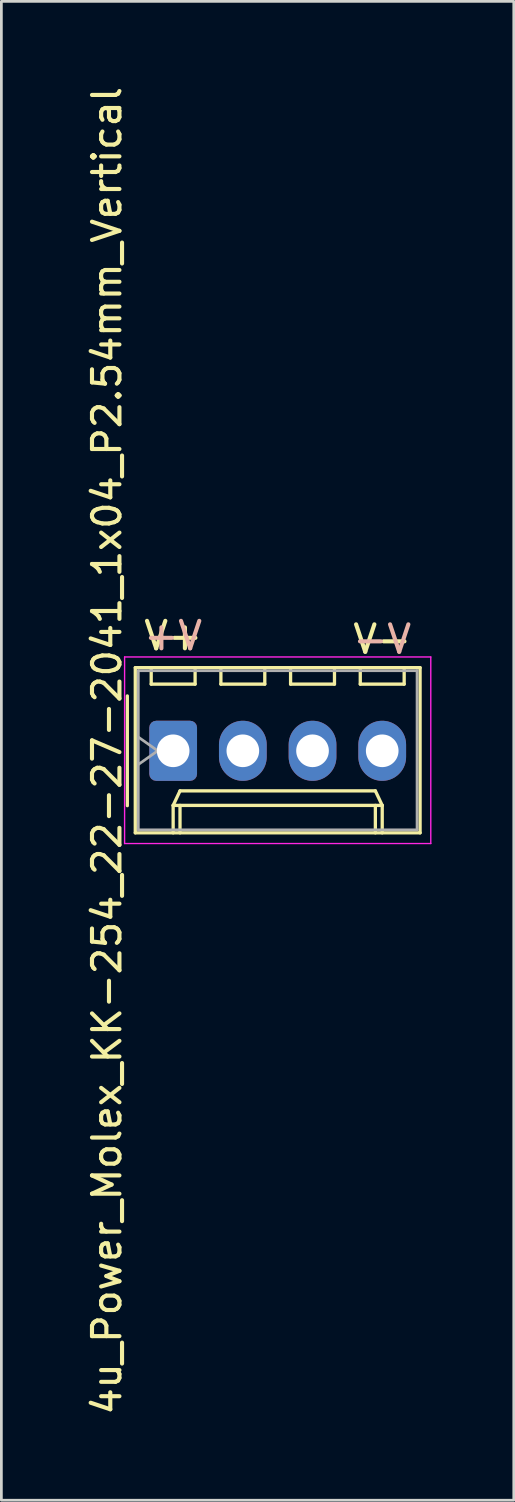
<source format=kicad_pcb>
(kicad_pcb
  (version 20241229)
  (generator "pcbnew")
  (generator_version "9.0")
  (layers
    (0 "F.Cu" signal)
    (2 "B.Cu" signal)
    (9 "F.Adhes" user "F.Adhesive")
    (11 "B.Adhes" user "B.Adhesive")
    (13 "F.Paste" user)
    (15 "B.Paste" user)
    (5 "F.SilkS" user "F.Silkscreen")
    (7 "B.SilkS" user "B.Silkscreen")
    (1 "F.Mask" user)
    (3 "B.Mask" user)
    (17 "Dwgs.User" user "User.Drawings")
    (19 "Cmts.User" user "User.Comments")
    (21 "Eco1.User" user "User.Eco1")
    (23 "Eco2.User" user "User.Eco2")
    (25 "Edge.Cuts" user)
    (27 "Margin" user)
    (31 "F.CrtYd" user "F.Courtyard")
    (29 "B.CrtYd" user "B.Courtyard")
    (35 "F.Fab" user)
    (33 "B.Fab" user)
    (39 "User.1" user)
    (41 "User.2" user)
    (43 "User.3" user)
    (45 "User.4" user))
  (footprint "4u_Power_Molex_KK-254_22-27-2041_1x04_P2.54mm_Vertical"
    (layer "F.Cu")
    (at 3.261 24.315)
    (property "Reference" "4u_Power_Molex_KK-254_22-27-2041_1x04_P2.54mm_Vertical" (at -2.413 0 90) (layer "F.SilkS") (effects (font (size 1 1) (thickness 0.15))))
    (attr through_hole)
    (fp_line (start -1.67 -2) (end -1.67 2) (stroke (width 0.12) (type solid)) (layer "F.SilkS"))
    (fp_line (start -1.38 -3.03) (end -1.38 2.99) (stroke (width 0.12) (type solid)) (layer "F.SilkS"))
    (fp_line (start -1.38 2.99) (end 9 2.99) (stroke (width 0.12) (type solid)) (layer "F.SilkS"))
    (fp_line (start -0.8 -3.03) (end -0.8 -2.43) (stroke (width 0.12) (type solid)) (layer "F.SilkS"))
    (fp_line (start -0.8 -2.43) (end 0.8 -2.43) (stroke (width 0.12) (type solid)) (layer "F.SilkS"))
    (fp_line (start 0 1.99) (end 0.25 1.46) (stroke (width 0.12) (type solid)) (layer "F.SilkS"))
    (fp_line (start 0 1.99) (end 7.62 1.99) (stroke (width 0.12) (type solid)) (layer "F.SilkS"))
    (fp_line (start 0 2.99) (end 0 1.99) (stroke (width 0.12) (type solid)) (layer "F.SilkS"))
    (fp_line (start 0.25 1.46) (end 7.37 1.46) (stroke (width 0.12) (type solid)) (layer "F.SilkS"))
    (fp_line (start 0.25 2.99) (end 0.25 1.99) (stroke (width 0.12) (type solid)) (layer "F.SilkS"))
    (fp_line (start 0.8 -2.43) (end 0.8 -3.03) (stroke (width 0.12) (type solid)) (layer "F.SilkS"))
    (fp_line (start 1.74 -3.03) (end 1.74 -2.43) (stroke (width 0.12) (type solid)) (layer "F.SilkS"))
    (fp_line (start 1.74 -2.43) (end 3.34 -2.43) (stroke (width 0.12) (type solid)) (layer "F.SilkS"))
    (fp_line (start 3.34 -2.43) (end 3.34 -3.03) (stroke (width 0.12) (type solid)) (layer "F.SilkS"))
    (fp_line (start 4.28 -3.03) (end 4.28 -2.43) (stroke (width 0.12) (type solid)) (layer "F.SilkS"))
    (fp_line (start 4.28 -2.43) (end 5.88 -2.43) (stroke (width 0.12) (type solid)) (layer "F.SilkS"))
    (fp_line (start 5.88 -2.43) (end 5.88 -3.03) (stroke (width 0.12) (type solid)) (layer "F.SilkS"))
    (fp_line (start 6.82 -3.03) (end 6.82 -2.43) (stroke (width 0.12) (type solid)) (layer "F.SilkS"))
    (fp_line (start 6.82 -2.43) (end 8.42 -2.43) (stroke (width 0.12) (type solid)) (layer "F.SilkS"))
    (fp_line (start 7.37 1.46) (end 7.62 1.99) (stroke (width 0.12) (type solid)) (layer "F.SilkS"))
    (fp_line (start 7.37 2.99) (end 7.37 1.99) (stroke (width 0.12) (type solid)) (layer "F.SilkS"))
    (fp_line (start 7.62 1.99) (end 7.62 2.99) (stroke (width 0.12) (type solid)) (layer "F.SilkS"))
    (fp_line (start 8.42 -2.43) (end 8.42 -3.03) (stroke (width 0.12) (type solid)) (layer "F.SilkS"))
    (fp_line (start 9 -3.03) (end -1.38 -3.03) (stroke (width 0.12) (type solid)) (layer "F.SilkS"))
    (fp_line (start 9 2.99) (end 9 -3.03) (stroke (width 0.12) (type solid)) (layer "F.SilkS"))
    (fp_line (start -1.77 -3.42) (end -1.77 3.38) (stroke (width 0.05) (type solid)) (layer "F.CrtYd"))
    (fp_line (start -1.77 3.38) (end 9.39 3.38) (stroke (width 0.05) (type solid)) (layer "F.CrtYd"))
    (fp_line (start 9.39 -3.42) (end -1.77 -3.42) (stroke (width 0.05) (type solid)) (layer "F.CrtYd"))
    (fp_line (start 9.39 3.38) (end 9.39 -3.42) (stroke (width 0.05) (type solid)) (layer "F.CrtYd"))
    (fp_line (start -1.27 -2.92) (end -1.27 2.88) (stroke (width 0.1) (type solid)) (layer "F.Fab"))
    (fp_line (start -1.27 -0.5) (end -0.563 0) (stroke (width 0.1) (type solid)) (layer "F.Fab"))
    (fp_line (start -1.27 2.88) (end 8.89 2.88) (stroke (width 0.1) (type solid)) (layer "F.Fab"))
    (fp_line (start -0.563 0) (end -1.27 0.5) (stroke (width 0.1) (type solid)) (layer "F.Fab"))
    (fp_line (start 8.89 -2.92) (end -1.27 -2.92) (stroke (width 0.1) (type solid)) (layer "F.Fab"))
    (fp_line (start 8.89 2.88) (end 8.89 -2.92) (stroke (width 0.1) (type solid)) (layer "F.Fab"))
    (fp_text user "V-" (at 7.62 -4.064 0) (unlocked yes) (layer "F.SilkS") (effects (font (size 1 1) (thickness 0.15))))
    (fp_text user "V+" (at 0 -4.191 0) (unlocked yes) (layer "F.SilkS") (effects (font (size 1 1) (thickness 0.15))))
    (fp_text user "V-" (at 7.62 -4.064 0) (unlocked yes) (layer "B.SilkS") (effects (font (size 1 1) (thickness 0.15)) (justify mirror)))
    (fp_text user "V+" (at 0 -4.191 0) (unlocked yes) (layer "B.SilkS") (effects (font (size 1 1) (thickness 0.15)) (justify mirror)))
    (pad "1" thru_hole roundrect (at 0 0) (size 1.74 2.19) (drill 1.19) (layers "*.Cu" "*.Mask") (roundrect_rratio 0.144))
    (pad "2" thru_hole oval (at 2.54 0) (size 1.74 2.19) (drill 1.19) (layers "*.Cu" "*.Mask"))
    (pad "3" thru_hole oval (at 5.08 0) (size 1.74 2.19) (drill 1.19) (layers "*.Cu" "*.Mask"))
    (pad "4" thru_hole oval (at 7.62 0) (size 1.74 2.19) (drill 1.19) (layers "*.Cu" "*.Mask")))
  (gr_rect
    (start -3 -3)
    (end 15.676 51.631)
    (stroke (width 0.1) (type default))
    (fill no)
    (layer "Edge.Cuts")))
</source>
